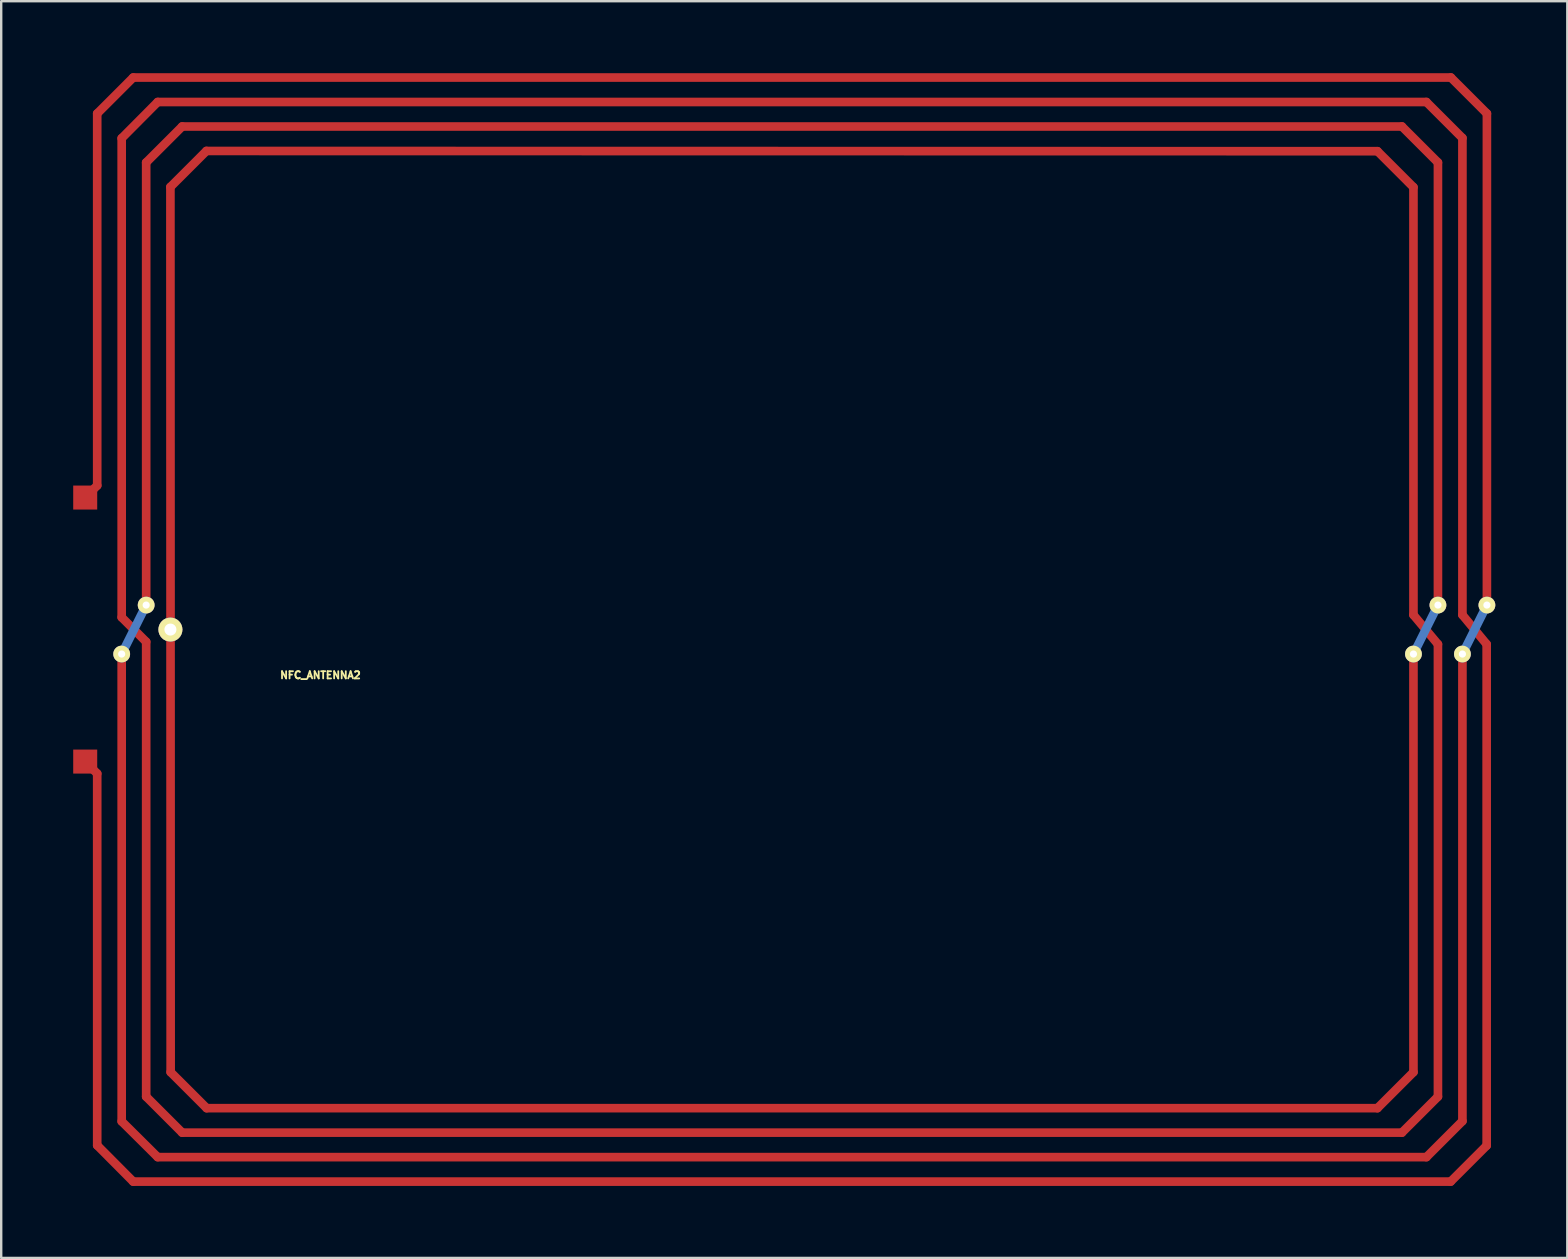
<source format=kicad_pcb>
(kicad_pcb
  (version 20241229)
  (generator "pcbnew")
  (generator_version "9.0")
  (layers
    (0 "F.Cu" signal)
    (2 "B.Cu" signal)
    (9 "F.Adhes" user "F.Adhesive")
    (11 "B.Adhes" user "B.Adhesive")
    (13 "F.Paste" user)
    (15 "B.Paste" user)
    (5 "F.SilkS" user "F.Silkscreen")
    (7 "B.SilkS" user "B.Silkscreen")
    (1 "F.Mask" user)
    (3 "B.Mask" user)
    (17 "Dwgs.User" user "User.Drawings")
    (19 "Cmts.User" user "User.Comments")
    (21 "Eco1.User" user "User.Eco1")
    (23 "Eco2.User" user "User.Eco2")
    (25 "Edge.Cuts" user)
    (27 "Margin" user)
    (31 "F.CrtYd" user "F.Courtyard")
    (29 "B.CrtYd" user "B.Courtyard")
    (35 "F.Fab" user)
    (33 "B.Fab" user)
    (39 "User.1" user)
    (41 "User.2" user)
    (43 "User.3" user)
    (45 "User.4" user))
  (footprint "NFC_ANTENNA2"
    (layer "F.Cu")
    (at 1 23.18)
    (property "Reference" "NFC_ANTENNA2" (at 9.3 1.9 0) (layer "F.SilkS") (effects (font (size 0.3 0.3) (thickness 0.075))))
    (attr through_hole)
    (fp_line (start 0 -21.5) (end 0 -6) (stroke (width 0.36) (type solid)) (layer "F.Cu"))
    (fp_line (start 0 -6) (end -0.52 -5.49) (stroke (width 0.36) (type solid)) (layer "F.Cu"))
    (fp_line (start 0 6) (end -0.5 5.5) (stroke (width 0.36) (type solid)) (layer "F.Cu"))
    (fp_line (start 0 21.49) (end 0 6) (stroke (width 0.36) (type solid)) (layer "F.Cu"))
    (fp_line (start 0 21.49) (end 1.5 23) (stroke (width 0.36) (type solid)) (layer "F.Cu"))
    (fp_line (start 1.02 -0.51) (end 1.02 -20.47) (stroke (width 0.36) (type solid)) (layer "F.Cu"))
    (fp_line (start 1.02 -0.51) (end 2.04 0.51) (stroke (width 0.36) (type solid)) (layer "F.Cu"))
    (fp_line (start 1.02 20.49) (end 1.02 1.02) (stroke (width 0.36) (type solid)) (layer "F.Cu"))
    (fp_line (start 1.02 20.49) (end 2.52 21.98) (stroke (width 0.36) (type solid)) (layer "F.Cu"))
    (fp_line (start 1.5 -23) (end 0 -21.5) (stroke (width 0.36) (type solid)) (layer "F.Cu"))
    (fp_line (start 1.5 -23) (end 56.4 -23) (stroke (width 0.36) (type solid)) (layer "F.Cu"))
    (fp_line (start 2.04 -1.02) (end 2.04 -19.46) (stroke (width 0.36) (type solid)) (layer "F.Cu"))
    (fp_line (start 2.04 19.46) (end 2.04 0.51) (stroke (width 0.36) (type solid)) (layer "F.Cu"))
    (fp_line (start 2.04 19.46) (end 3.54 20.96) (stroke (width 0.36) (type solid)) (layer "F.Cu"))
    (fp_line (start 2.52 -21.98) (end 1.02 -20.47) (stroke (width 0.36) (type solid)) (layer "F.Cu"))
    (fp_line (start 2.52 21.98) (end 55.38 21.98) (stroke (width 0.36) (type solid)) (layer "F.Cu"))
    (fp_line (start 3.06 18.44) (end 3.05 -18.44) (stroke (width 0.36) (type solid)) (layer "F.Cu"))
    (fp_line (start 3.06 18.44) (end 4.56 19.94) (stroke (width 0.36) (type solid)) (layer "F.Cu"))
    (fp_line (start 3.54 -20.96) (end 2.04 -19.46) (stroke (width 0.36) (type solid)) (layer "F.Cu"))
    (fp_line (start 4.55 -19.94) (end 3.05 -18.44) (stroke (width 0.36) (type solid)) (layer "F.Cu"))
    (fp_line (start 53.34 -19.93) (end 4.55 -19.94) (stroke (width 0.36) (type solid)) (layer "F.Cu"))
    (fp_line (start 53.34 -19.93) (end 54.84 -18.43) (stroke (width 0.36) (type solid)) (layer "F.Cu"))
    (fp_line (start 53.34 19.94) (end 4.56 19.94) (stroke (width 0.36) (type solid)) (layer "F.Cu"))
    (fp_line (start 54.36 -20.96) (end 3.54 -20.96) (stroke (width 0.36) (type solid)) (layer "F.Cu"))
    (fp_line (start 54.36 -20.96) (end 55.86 -19.46) (stroke (width 0.36) (type solid)) (layer "F.Cu"))
    (fp_line (start 54.36 20.96) (end 3.54 20.96) (stroke (width 0.36) (type solid)) (layer "F.Cu"))
    (fp_line (start 54.84 -0.61) (end 54.84 -18.43) (stroke (width 0.36) (type solid)) (layer "F.Cu"))
    (fp_line (start 54.84 18.44) (end 53.34 19.94) (stroke (width 0.36) (type solid)) (layer "F.Cu"))
    (fp_line (start 54.84 18.44) (end 54.84 1.02) (stroke (width 0.36) (type solid)) (layer "F.Cu"))
    (fp_line (start 55.38 -21.98) (end 2.52 -21.98) (stroke (width 0.36) (type solid)) (layer "F.Cu"))
    (fp_line (start 55.38 -21.98) (end 56.88 -20.48) (stroke (width 0.36) (type solid)) (layer "F.Cu"))
    (fp_line (start 55.86 -1.02) (end 55.86 -19.46) (stroke (width 0.36) (type solid)) (layer "F.Cu"))
    (fp_line (start 55.86 0.61) (end 54.84 -0.61) (stroke (width 0.36) (type solid)) (layer "F.Cu"))
    (fp_line (start 55.86 19.46) (end 54.36 20.96) (stroke (width 0.36) (type solid)) (layer "F.Cu"))
    (fp_line (start 55.86 19.46) (end 55.86 0.61) (stroke (width 0.36) (type solid)) (layer "F.Cu"))
    (fp_line (start 56.39 23) (end 1.5 23) (stroke (width 0.36) (type solid)) (layer "F.Cu"))
    (fp_line (start 56.4 -23) (end 57.9 -21.5) (stroke (width 0.36) (type solid)) (layer "F.Cu"))
    (fp_line (start 56.88 -0.61) (end 56.88 -20.48) (stroke (width 0.36) (type solid)) (layer "F.Cu"))
    (fp_line (start 56.88 20.48) (end 55.38 21.98) (stroke (width 0.36) (type solid)) (layer "F.Cu"))
    (fp_line (start 56.88 20.48) (end 56.88 1.02) (stroke (width 0.36) (type solid)) (layer "F.Cu"))
    (fp_line (start 57.89 0.61) (end 56.88 -0.61) (stroke (width 0.36) (type solid)) (layer "F.Cu"))
    (fp_line (start 57.89 21.5) (end 56.39 23) (stroke (width 0.36) (type solid)) (layer "F.Cu"))
    (fp_line (start 57.89 21.5) (end 57.89 0.61) (stroke (width 0.36) (type solid)) (layer "F.Cu"))
    (fp_line (start 57.9 -1.02) (end 57.9 -21.5) (stroke (width 0.36) (type solid)) (layer "F.Cu"))
    (fp_line (start 1.02 1.02) (end 2.04 -1.02) (stroke (width 0.36) (type solid)) (layer "B.Cu"))
    (fp_line (start 54.84 1.02) (end 55.86 -1.02) (stroke (width 0.36) (type solid)) (layer "B.Cu"))
    (fp_line (start 56.88 1.02) (end 57.9 -1.02) (stroke (width 0.36) (type solid)) (layer "B.Cu"))
    (pad "" thru_hole circle (at 1.02 1.02) (size 0.7 0.7) (drill 0.3) (layers "*.Cu" "*.Mask" "F.SilkS"))
    (pad "" thru_hole circle (at 2.04 -1.02) (size 0.7 0.7) (drill 0.3) (layers "*.Cu" "*.Mask" "F.SilkS"))
    (pad "" thru_hole circle (at 54.84 1.02) (size 0.7 0.7) (drill 0.3) (layers "*.Cu" "*.Mask" "F.SilkS"))
    (pad "" thru_hole circle (at 55.86 -1.02) (size 0.7 0.7) (drill 0.3) (layers "*.Cu" "*.Mask" "F.SilkS"))
    (pad "" thru_hole circle (at 56.88 1.02) (size 0.7 0.7) (drill 0.3) (layers "*.Cu" "*.Mask" "F.SilkS"))
    (pad "" thru_hole circle (at 57.9 -1.02) (size 0.7 0.7) (drill 0.3) (layers "*.Cu" "*.Mask" "F.SilkS"))
    (pad "1" smd rect (at -0.5 5.5) (size 1 1) (layers "F.Cu" "F.Mask" "F.Paste"))
    (pad "2" thru_hole circle (at 3.05 0) (size 1 1) (drill 0.5) (layers "*.Cu" "*.Mask" "F.SilkS"))
    (pad "3" smd rect (at -0.5 -5.5) (size 1 1) (layers "F.Cu" "F.Mask" "F.Paste")))
  (gr_rect
    (start -3 -3)
    (end 62.25 49.36)
    (stroke (width 0.1) (type default))
    (fill no)
    (layer "Edge.Cuts")))
</source>
